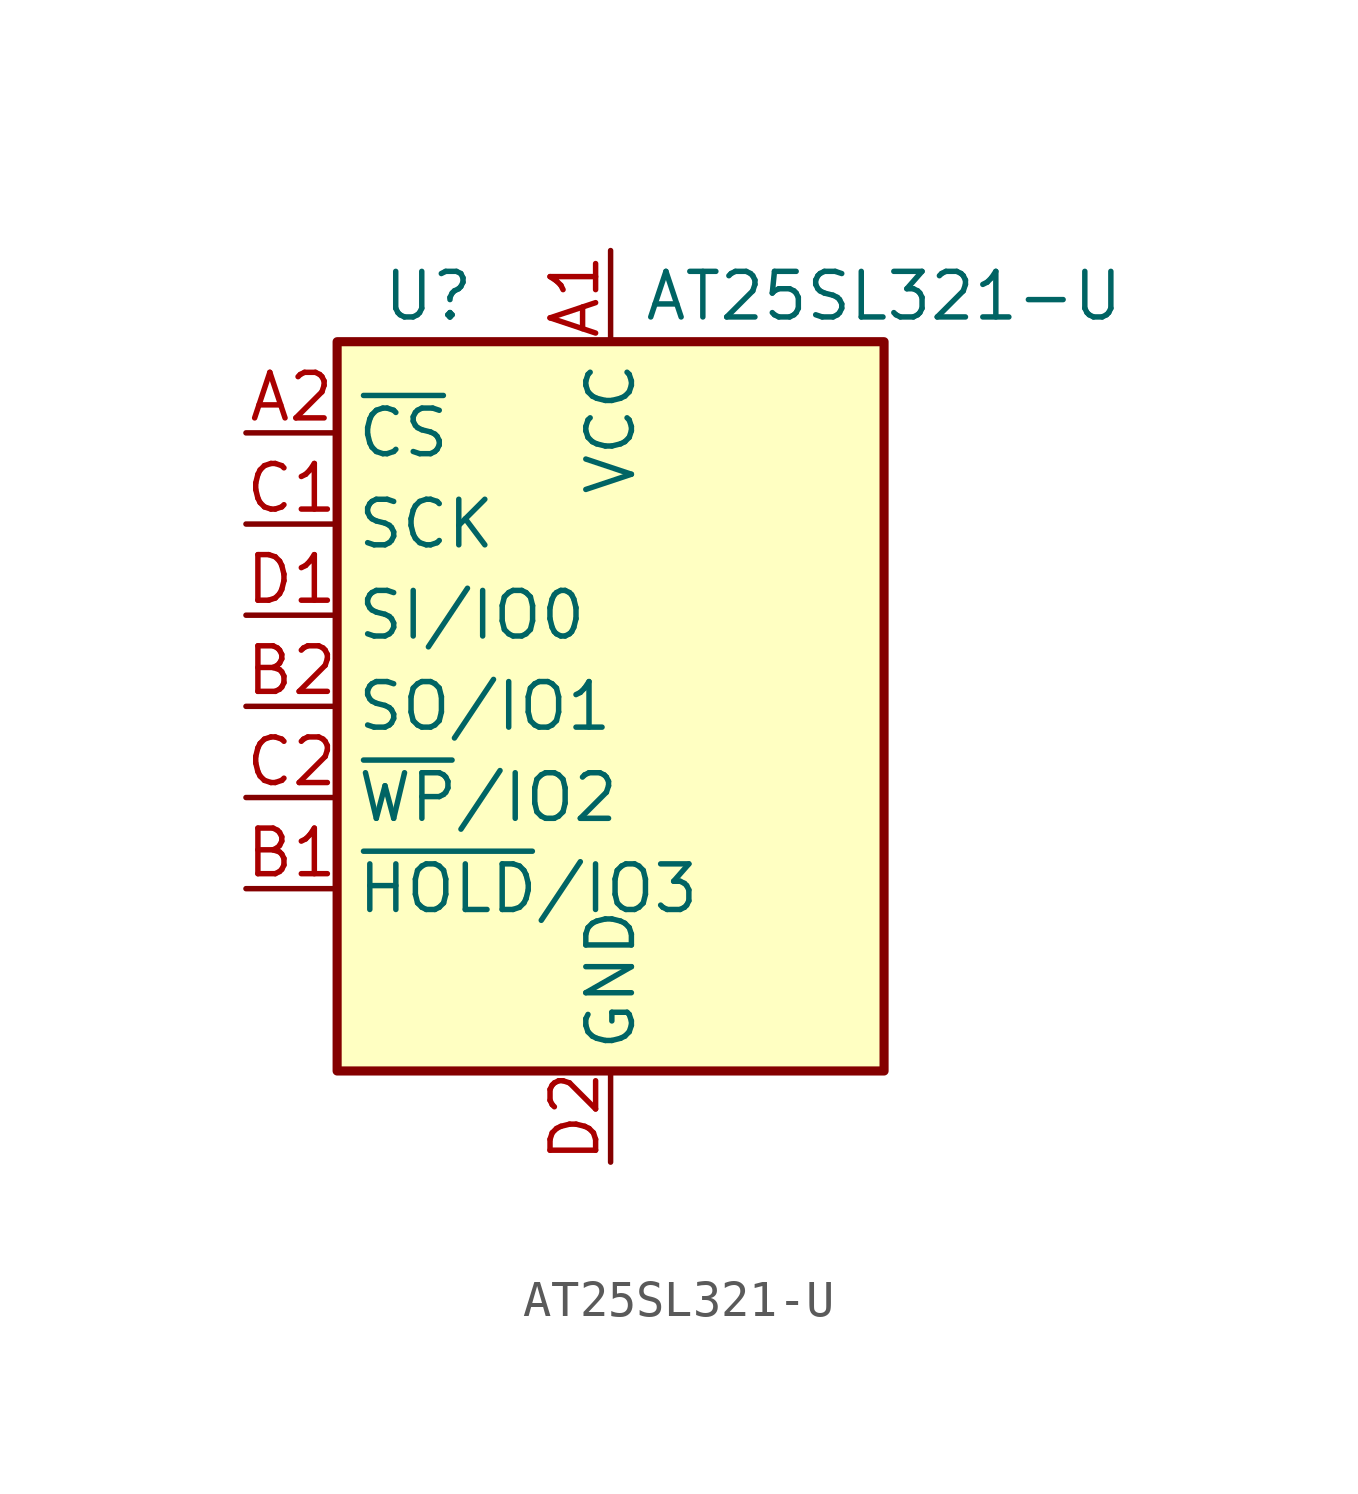
<source format=kicad_sym>
(kicad_symbol_lib
  (version 20241209)
  (generator "kicad_symbol_editor")
  (generator_version "9.0")
  (symbol "AT25SL321-U"
    (property "Reference" "U"
      (at -5.08 11.43 0)
      (effects (font (size 1.27 1.27))))
    (property "Value" "AT25SL321-U"
      (at 7.62 11.43 0)
      (effects (font (size 1.27 1.27))))
    (symbol "AT25SL321-U_0_1"
      (rectangle (start -7.62 10.16) (end 7.62 -10.16) (stroke (width 0.254) (type default)) (fill (type background))))
    (symbol "AT25SL321-U_1_1"
      (pin input line (at -10.16 7.62 0) (length 2.54) (name "~{CS}" (effects (font (size 1.27 1.27)))) (number "A2" (effects (font (size 1.27 1.27)))))
      (pin input line (at -10.16 5.08 0) (length 2.54) (name "SCK" (effects (font (size 1.27 1.27)))) (number "C1" (effects (font (size 1.27 1.27)))))
      (pin bidirectional line (at -10.16 2.54 0) (length 2.54) (name "SI/IO0" (effects (font (size 1.27 1.27)))) (number "D1" (effects (font (size 1.27 1.27)))))
      (pin bidirectional line (at -10.16 0 0) (length 2.54) (name "SO/IO1" (effects (font (size 1.27 1.27)))) (number "B2" (effects (font (size 1.27 1.27)))))
      (pin bidirectional line (at -10.16 -2.54 0) (length 2.54) (name "~{WP}/IO2" (effects (font (size 1.27 1.27)))) (number "C2" (effects (font (size 1.27 1.27)))))
      (pin bidirectional line (at -10.16 -5.08 0) (length 2.54) (name "~{HOLD}/IO3" (effects (font (size 1.27 1.27)))) (number "B1" (effects (font (size 1.27 1.27)))))
      (pin power_in line (at 0 12.7 270) (length 2.54) (name "VCC" (effects (font (size 1.27 1.27)))) (number "A1" (effects (font (size 1.27 1.27)))))
      (pin power_in line (at 0 -12.7 90) (length 2.54) (name "GND" (effects (font (size 1.27 1.27)))) (number "D2" (effects (font (size 1.27 1.27))))))))
</source>
